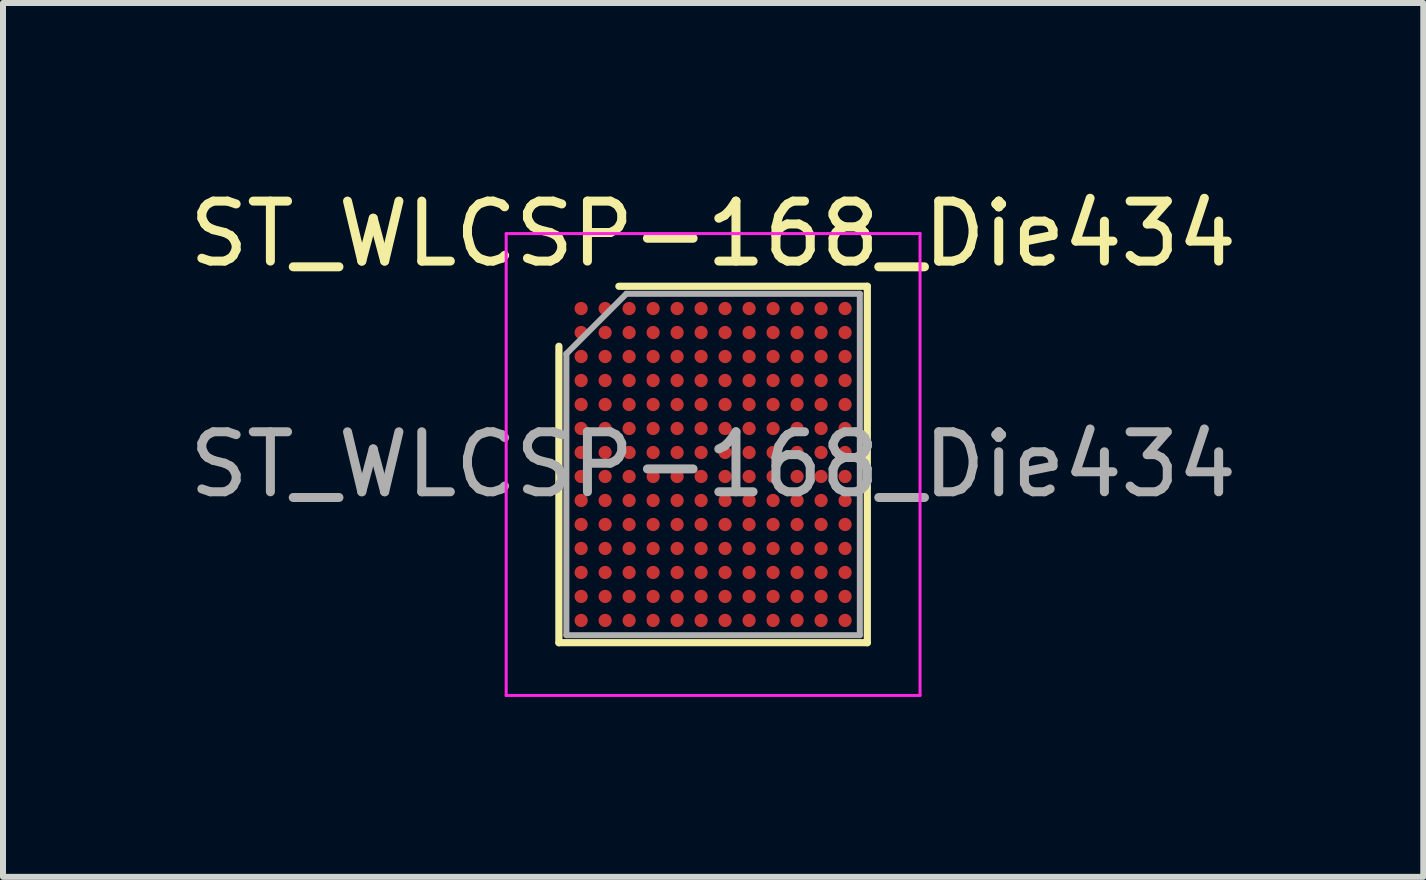
<source format=kicad_pcb>
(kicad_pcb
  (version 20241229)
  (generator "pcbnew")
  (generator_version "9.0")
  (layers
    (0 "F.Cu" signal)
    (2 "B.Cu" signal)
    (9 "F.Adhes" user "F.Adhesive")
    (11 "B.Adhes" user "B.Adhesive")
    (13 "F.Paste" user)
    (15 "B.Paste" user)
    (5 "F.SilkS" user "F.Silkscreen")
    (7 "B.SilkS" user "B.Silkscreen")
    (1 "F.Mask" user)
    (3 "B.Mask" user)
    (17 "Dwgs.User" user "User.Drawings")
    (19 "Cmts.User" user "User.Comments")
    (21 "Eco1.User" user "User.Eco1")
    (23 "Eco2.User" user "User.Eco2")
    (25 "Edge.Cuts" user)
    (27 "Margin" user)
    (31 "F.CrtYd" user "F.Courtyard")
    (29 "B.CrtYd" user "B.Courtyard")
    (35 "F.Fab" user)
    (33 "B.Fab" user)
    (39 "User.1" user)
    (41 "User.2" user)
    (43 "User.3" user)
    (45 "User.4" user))
  (footprint "ST_WLCSP-168_Die434"
    (layer "F.Cu")
    (at 8.839 4.694)
    (property "Reference" "ST_WLCSP-168_Die434" (at 0 -3.846 0) (layer "F.SilkS") (effects (font (size 1 1) (thickness 0.15))))
    (attr smd)
    (fp_line (start -2.571 2.971) (end -2.571 -1.971) (stroke (width 0.12) (type solid)) (layer "F.SilkS"))
    (fp_line (start -1.571 -2.971) (end 2.571 -2.971) (stroke (width 0.12) (type solid)) (layer "F.SilkS"))
    (fp_line (start 2.571 -2.971) (end 2.571 2.971) (stroke (width 0.12) (type solid)) (layer "F.SilkS"))
    (fp_line (start 2.571 2.971) (end -2.571 2.971) (stroke (width 0.12) (type solid)) (layer "F.SilkS"))
    (fp_line (start -3.45 -3.85) (end -3.45 3.85) (stroke (width 0.05) (type solid)) (layer "F.CrtYd"))
    (fp_line (start -3.45 3.85) (end 3.45 3.85) (stroke (width 0.05) (type solid)) (layer "F.CrtYd"))
    (fp_line (start 3.45 -3.85) (end -3.45 -3.85) (stroke (width 0.05) (type solid)) (layer "F.CrtYd"))
    (fp_line (start 3.45 3.85) (end 3.45 -3.85) (stroke (width 0.05) (type solid)) (layer "F.CrtYd"))
    (fp_line (start -2.446 -1.846) (end -1.446 -2.846) (stroke (width 0.1) (type solid)) (layer "F.Fab"))
    (fp_line (start -2.446 2.846) (end -2.446 -1.846) (stroke (width 0.1) (type solid)) (layer "F.Fab"))
    (fp_line (start -1.446 -2.846) (end 2.446 -2.846) (stroke (width 0.1) (type solid)) (layer "F.Fab"))
    (fp_line (start 2.446 -2.846) (end 2.446 2.846) (stroke (width 0.1) (type solid)) (layer "F.Fab"))
    (fp_line (start 2.446 2.846) (end -2.446 2.846) (stroke (width 0.1) (type solid)) (layer "F.Fab"))
    (fp_text user "${REFERENCE}" (at 0 0 0) (layer "F.Fab") (effects (font (size 1 1) (thickness 0.15))))
    (pad "A1" smd circle (at -2.2 -2.6) (size 0.22 0.22) (layers "F.Cu" "F.Mask" "F.Paste"))
    (pad "A2" smd circle (at -1.8 -2.6) (size 0.22 0.22) (layers "F.Cu" "F.Mask" "F.Paste"))
    (pad "A3" smd circle (at -1.4 -2.6) (size 0.22 0.22) (layers "F.Cu" "F.Mask" "F.Paste"))
    (pad "A4" smd circle (at -1 -2.6) (size 0.22 0.22) (layers "F.Cu" "F.Mask" "F.Paste"))
    (pad "A5" smd circle (at -0.6 -2.6) (size 0.22 0.22) (layers "F.Cu" "F.Mask" "F.Paste"))
    (pad "A6" smd circle (at -0.2 -2.6) (size 0.22 0.22) (layers "F.Cu" "F.Mask" "F.Paste"))
    (pad "A7" smd circle (at 0.2 -2.6) (size 0.22 0.22) (layers "F.Cu" "F.Mask" "F.Paste"))
    (pad "A8" smd circle (at 0.6 -2.6) (size 0.22 0.22) (layers "F.Cu" "F.Mask" "F.Paste"))
    (pad "A9" smd circle (at 1 -2.6) (size 0.22 0.22) (layers "F.Cu" "F.Mask" "F.Paste"))
    (pad "A10" smd circle (at 1.4 -2.6) (size 0.22 0.22) (layers "F.Cu" "F.Mask" "F.Paste"))
    (pad "A11" smd circle (at 1.8 -2.6) (size 0.22 0.22) (layers "F.Cu" "F.Mask" "F.Paste"))
    (pad "A12" smd circle (at 2.2 -2.6) (size 0.22 0.22) (layers "F.Cu" "F.Mask" "F.Paste"))
    (pad "B1" smd circle (at -2.2 -2.2) (size 0.22 0.22) (layers "F.Cu" "F.Mask" "F.Paste"))
    (pad "B2" smd circle (at -1.8 -2.2) (size 0.22 0.22) (layers "F.Cu" "F.Mask" "F.Paste"))
    (pad "B3" smd circle (at -1.4 -2.2) (size 0.22 0.22) (layers "F.Cu" "F.Mask" "F.Paste"))
    (pad "B4" smd circle (at -1 -2.2) (size 0.22 0.22) (layers "F.Cu" "F.Mask" "F.Paste"))
    (pad "B5" smd circle (at -0.6 -2.2) (size 0.22 0.22) (layers "F.Cu" "F.Mask" "F.Paste"))
    (pad "B6" smd circle (at -0.2 -2.2) (size 0.22 0.22) (layers "F.Cu" "F.Mask" "F.Paste"))
    (pad "B7" smd circle (at 0.2 -2.2) (size 0.22 0.22) (layers "F.Cu" "F.Mask" "F.Paste"))
    (pad "B8" smd circle (at 0.6 -2.2) (size 0.22 0.22) (layers "F.Cu" "F.Mask" "F.Paste"))
    (pad "B9" smd circle (at 1 -2.2) (size 0.22 0.22) (layers "F.Cu" "F.Mask" "F.Paste"))
    (pad "B10" smd circle (at 1.4 -2.2) (size 0.22 0.22) (layers "F.Cu" "F.Mask" "F.Paste"))
    (pad "B11" smd circle (at 1.8 -2.2) (size 0.22 0.22) (layers "F.Cu" "F.Mask" "F.Paste"))
    (pad "B12" smd circle (at 2.2 -2.2) (size 0.22 0.22) (layers "F.Cu" "F.Mask" "F.Paste"))
    (pad "C1" smd circle (at -2.2 -1.8) (size 0.22 0.22) (layers "F.Cu" "F.Mask" "F.Paste"))
    (pad "C2" smd circle (at -1.8 -1.8) (size 0.22 0.22) (layers "F.Cu" "F.Mask" "F.Paste"))
    (pad "C3" smd circle (at -1.4 -1.8) (size 0.22 0.22) (layers "F.Cu" "F.Mask" "F.Paste"))
    (pad "C4" smd circle (at -1 -1.8) (size 0.22 0.22) (layers "F.Cu" "F.Mask" "F.Paste"))
    (pad "C5" smd circle (at -0.6 -1.8) (size 0.22 0.22) (layers "F.Cu" "F.Mask" "F.Paste"))
    (pad "C6" smd circle (at -0.2 -1.8) (size 0.22 0.22) (layers "F.Cu" "F.Mask" "F.Paste"))
    (pad "C7" smd circle (at 0.2 -1.8) (size 0.22 0.22) (layers "F.Cu" "F.Mask" "F.Paste"))
    (pad "C8" smd circle (at 0.6 -1.8) (size 0.22 0.22) (layers "F.Cu" "F.Mask" "F.Paste"))
    (pad "C9" smd circle (at 1 -1.8) (size 0.22 0.22) (layers "F.Cu" "F.Mask" "F.Paste"))
    (pad "C10" smd circle (at 1.4 -1.8) (size 0.22 0.22) (layers "F.Cu" "F.Mask" "F.Paste"))
    (pad "C11" smd circle (at 1.8 -1.8) (size 0.22 0.22) (layers "F.Cu" "F.Mask" "F.Paste"))
    (pad "C12" smd circle (at 2.2 -1.8) (size 0.22 0.22) (layers "F.Cu" "F.Mask" "F.Paste"))
    (pad "D1" smd circle (at -2.2 -1.4) (size 0.22 0.22) (layers "F.Cu" "F.Mask" "F.Paste"))
    (pad "D2" smd circle (at -1.8 -1.4) (size 0.22 0.22) (layers "F.Cu" "F.Mask" "F.Paste"))
    (pad "D3" smd circle (at -1.4 -1.4) (size 0.22 0.22) (layers "F.Cu" "F.Mask" "F.Paste"))
    (pad "D4" smd circle (at -1 -1.4) (size 0.22 0.22) (layers "F.Cu" "F.Mask" "F.Paste"))
    (pad "D5" smd circle (at -0.6 -1.4) (size 0.22 0.22) (layers "F.Cu" "F.Mask" "F.Paste"))
    (pad "D6" smd circle (at -0.2 -1.4) (size 0.22 0.22) (layers "F.Cu" "F.Mask" "F.Paste"))
    (pad "D7" smd circle (at 0.2 -1.4) (size 0.22 0.22) (layers "F.Cu" "F.Mask" "F.Paste"))
    (pad "D8" smd circle (at 0.6 -1.4) (size 0.22 0.22) (layers "F.Cu" "F.Mask" "F.Paste"))
    (pad "D9" smd circle (at 1 -1.4) (size 0.22 0.22) (layers "F.Cu" "F.Mask" "F.Paste"))
    (pad "D10" smd circle (at 1.4 -1.4) (size 0.22 0.22) (layers "F.Cu" "F.Mask" "F.Paste"))
    (pad "D11" smd circle (at 1.8 -1.4) (size 0.22 0.22) (layers "F.Cu" "F.Mask" "F.Paste"))
    (pad "D12" smd circle (at 2.2 -1.4) (size 0.22 0.22) (layers "F.Cu" "F.Mask" "F.Paste"))
    (pad "E1" smd circle (at -2.2 -1) (size 0.22 0.22) (layers "F.Cu" "F.Mask" "F.Paste"))
    (pad "E2" smd circle (at -1.8 -1) (size 0.22 0.22) (layers "F.Cu" "F.Mask" "F.Paste"))
    (pad "E3" smd circle (at -1.4 -1) (size 0.22 0.22) (layers "F.Cu" "F.Mask" "F.Paste"))
    (pad "E4" smd circle (at -1 -1) (size 0.22 0.22) (layers "F.Cu" "F.Mask" "F.Paste"))
    (pad "E5" smd circle (at -0.6 -1) (size 0.22 0.22) (layers "F.Cu" "F.Mask" "F.Paste"))
    (pad "E6" smd circle (at -0.2 -1) (size 0.22 0.22) (layers "F.Cu" "F.Mask" "F.Paste"))
    (pad "E7" smd circle (at 0.2 -1) (size 0.22 0.22) (layers "F.Cu" "F.Mask" "F.Paste"))
    (pad "E8" smd circle (at 0.6 -1) (size 0.22 0.22) (layers "F.Cu" "F.Mask" "F.Paste"))
    (pad "E9" smd circle (at 1 -1) (size 0.22 0.22) (layers "F.Cu" "F.Mask" "F.Paste"))
    (pad "E10" smd circle (at 1.4 -1) (size 0.22 0.22) (layers "F.Cu" "F.Mask" "F.Paste"))
    (pad "E11" smd circle (at 1.8 -1) (size 0.22 0.22) (layers "F.Cu" "F.Mask" "F.Paste"))
    (pad "E12" smd circle (at 2.2 -1) (size 0.22 0.22) (layers "F.Cu" "F.Mask" "F.Paste"))
    (pad "F1" smd circle (at -2.2 -0.6) (size 0.22 0.22) (layers "F.Cu" "F.Mask" "F.Paste"))
    (pad "F2" smd circle (at -1.8 -0.6) (size 0.22 0.22) (layers "F.Cu" "F.Mask" "F.Paste"))
    (pad "F3" smd circle (at -1.4 -0.6) (size 0.22 0.22) (layers "F.Cu" "F.Mask" "F.Paste"))
    (pad "F4" smd circle (at -1 -0.6) (size 0.22 0.22) (layers "F.Cu" "F.Mask" "F.Paste"))
    (pad "F5" smd circle (at -0.6 -0.6) (size 0.22 0.22) (layers "F.Cu" "F.Mask" "F.Paste"))
    (pad "F6" smd circle (at -0.2 -0.6) (size 0.22 0.22) (layers "F.Cu" "F.Mask" "F.Paste"))
    (pad "F7" smd circle (at 0.2 -0.6) (size 0.22 0.22) (layers "F.Cu" "F.Mask" "F.Paste"))
    (pad "F8" smd circle (at 0.6 -0.6) (size 0.22 0.22) (layers "F.Cu" "F.Mask" "F.Paste"))
    (pad "F9" smd circle (at 1 -0.6) (size 0.22 0.22) (layers "F.Cu" "F.Mask" "F.Paste"))
    (pad "F10" smd circle (at 1.4 -0.6) (size 0.22 0.22) (layers "F.Cu" "F.Mask" "F.Paste"))
    (pad "F11" smd circle (at 1.8 -0.6) (size 0.22 0.22) (layers "F.Cu" "F.Mask" "F.Paste"))
    (pad "F12" smd circle (at 2.2 -0.6) (size 0.22 0.22) (layers "F.Cu" "F.Mask" "F.Paste"))
    (pad "G1" smd circle (at -2.2 -0.2) (size 0.22 0.22) (layers "F.Cu" "F.Mask" "F.Paste"))
    (pad "G2" smd circle (at -1.8 -0.2) (size 0.22 0.22) (layers "F.Cu" "F.Mask" "F.Paste"))
    (pad "G3" smd circle (at -1.4 -0.2) (size 0.22 0.22) (layers "F.Cu" "F.Mask" "F.Paste"))
    (pad "G4" smd circle (at -1 -0.2) (size 0.22 0.22) (layers "F.Cu" "F.Mask" "F.Paste"))
    (pad "G5" smd circle (at -0.6 -0.2) (size 0.22 0.22) (layers "F.Cu" "F.Mask" "F.Paste"))
    (pad "G6" smd circle (at -0.2 -0.2) (size 0.22 0.22) (layers "F.Cu" "F.Mask" "F.Paste"))
    (pad "G7" smd circle (at 0.2 -0.2) (size 0.22 0.22) (layers "F.Cu" "F.Mask" "F.Paste"))
    (pad "G8" smd circle (at 0.6 -0.2) (size 0.22 0.22) (layers "F.Cu" "F.Mask" "F.Paste"))
    (pad "G9" smd circle (at 1 -0.2) (size 0.22 0.22) (layers "F.Cu" "F.Mask" "F.Paste"))
    (pad "G10" smd circle (at 1.4 -0.2) (size 0.22 0.22) (layers "F.Cu" "F.Mask" "F.Paste"))
    (pad "G11" smd circle (at 1.8 -0.2) (size 0.22 0.22) (layers "F.Cu" "F.Mask" "F.Paste"))
    (pad "G12" smd circle (at 2.2 -0.2) (size 0.22 0.22) (layers "F.Cu" "F.Mask" "F.Paste"))
    (pad "H1" smd circle (at -2.2 0.2) (size 0.22 0.22) (layers "F.Cu" "F.Mask" "F.Paste"))
    (pad "H2" smd circle (at -1.8 0.2) (size 0.22 0.22) (layers "F.Cu" "F.Mask" "F.Paste"))
    (pad "H3" smd circle (at -1.4 0.2) (size 0.22 0.22) (layers "F.Cu" "F.Mask" "F.Paste"))
    (pad "H4" smd circle (at -1 0.2) (size 0.22 0.22) (layers "F.Cu" "F.Mask" "F.Paste"))
    (pad "H5" smd circle (at -0.6 0.2) (size 0.22 0.22) (layers "F.Cu" "F.Mask" "F.Paste"))
    (pad "H6" smd circle (at -0.2 0.2) (size 0.22 0.22) (layers "F.Cu" "F.Mask" "F.Paste"))
    (pad "H7" smd circle (at 0.2 0.2) (size 0.22 0.22) (layers "F.Cu" "F.Mask" "F.Paste"))
    (pad "H8" smd circle (at 0.6 0.2) (size 0.22 0.22) (layers "F.Cu" "F.Mask" "F.Paste"))
    (pad "H9" smd circle (at 1 0.2) (size 0.22 0.22) (layers "F.Cu" "F.Mask" "F.Paste"))
    (pad "H10" smd circle (at 1.4 0.2) (size 0.22 0.22) (layers "F.Cu" "F.Mask" "F.Paste"))
    (pad "H11" smd circle (at 1.8 0.2) (size 0.22 0.22) (layers "F.Cu" "F.Mask" "F.Paste"))
    (pad "H12" smd circle (at 2.2 0.2) (size 0.22 0.22) (layers "F.Cu" "F.Mask" "F.Paste"))
    (pad "J1" smd circle (at -2.2 0.6) (size 0.22 0.22) (layers "F.Cu" "F.Mask" "F.Paste"))
    (pad "J2" smd circle (at -1.8 0.6) (size 0.22 0.22) (layers "F.Cu" "F.Mask" "F.Paste"))
    (pad "J3" smd circle (at -1.4 0.6) (size 0.22 0.22) (layers "F.Cu" "F.Mask" "F.Paste"))
    (pad "J4" smd circle (at -1 0.6) (size 0.22 0.22) (layers "F.Cu" "F.Mask" "F.Paste"))
    (pad "J5" smd circle (at -0.6 0.6) (size 0.22 0.22) (layers "F.Cu" "F.Mask" "F.Paste"))
    (pad "J6" smd circle (at -0.2 0.6) (size 0.22 0.22) (layers "F.Cu" "F.Mask" "F.Paste"))
    (pad "J7" smd circle (at 0.2 0.6) (size 0.22 0.22) (layers "F.Cu" "F.Mask" "F.Paste"))
    (pad "J8" smd circle (at 0.6 0.6) (size 0.22 0.22) (layers "F.Cu" "F.Mask" "F.Paste"))
    (pad "J9" smd circle (at 1 0.6) (size 0.22 0.22) (layers "F.Cu" "F.Mask" "F.Paste"))
    (pad "J10" smd circle (at 1.4 0.6) (size 0.22 0.22) (layers "F.Cu" "F.Mask" "F.Paste"))
    (pad "J11" smd circle (at 1.8 0.6) (size 0.22 0.22) (layers "F.Cu" "F.Mask" "F.Paste"))
    (pad "J12" smd circle (at 2.2 0.6) (size 0.22 0.22) (layers "F.Cu" "F.Mask" "F.Paste"))
    (pad "K1" smd circle (at -2.2 1) (size 0.22 0.22) (layers "F.Cu" "F.Mask" "F.Paste"))
    (pad "K2" smd circle (at -1.8 1) (size 0.22 0.22) (layers "F.Cu" "F.Mask" "F.Paste"))
    (pad "K3" smd circle (at -1.4 1) (size 0.22 0.22) (layers "F.Cu" "F.Mask" "F.Paste"))
    (pad "K4" smd circle (at -1 1) (size 0.22 0.22) (layers "F.Cu" "F.Mask" "F.Paste"))
    (pad "K5" smd circle (at -0.6 1) (size 0.22 0.22) (layers "F.Cu" "F.Mask" "F.Paste"))
    (pad "K6" smd circle (at -0.2 1) (size 0.22 0.22) (layers "F.Cu" "F.Mask" "F.Paste"))
    (pad "K7" smd circle (at 0.2 1) (size 0.22 0.22) (layers "F.Cu" "F.Mask" "F.Paste"))
    (pad "K8" smd circle (at 0.6 1) (size 0.22 0.22) (layers "F.Cu" "F.Mask" "F.Paste"))
    (pad "K9" smd circle (at 1 1) (size 0.22 0.22) (layers "F.Cu" "F.Mask" "F.Paste"))
    (pad "K10" smd circle (at 1.4 1) (size 0.22 0.22) (layers "F.Cu" "F.Mask" "F.Paste"))
    (pad "K11" smd circle (at 1.8 1) (size 0.22 0.22) (layers "F.Cu" "F.Mask" "F.Paste"))
    (pad "K12" smd circle (at 2.2 1) (size 0.22 0.22) (layers "F.Cu" "F.Mask" "F.Paste"))
    (pad "L1" smd circle (at -2.2 1.4) (size 0.22 0.22) (layers "F.Cu" "F.Mask" "F.Paste"))
    (pad "L2" smd circle (at -1.8 1.4) (size 0.22 0.22) (layers "F.Cu" "F.Mask" "F.Paste"))
    (pad "L3" smd circle (at -1.4 1.4) (size 0.22 0.22) (layers "F.Cu" "F.Mask" "F.Paste"))
    (pad "L4" smd circle (at -1 1.4) (size 0.22 0.22) (layers "F.Cu" "F.Mask" "F.Paste"))
    (pad "L5" smd circle (at -0.6 1.4) (size 0.22 0.22) (layers "F.Cu" "F.Mask" "F.Paste"))
    (pad "L6" smd circle (at -0.2 1.4) (size 0.22 0.22) (layers "F.Cu" "F.Mask" "F.Paste"))
    (pad "L7" smd circle (at 0.2 1.4) (size 0.22 0.22) (layers "F.Cu" "F.Mask" "F.Paste"))
    (pad "L8" smd circle (at 0.6 1.4) (size 0.22 0.22) (layers "F.Cu" "F.Mask" "F.Paste"))
    (pad "L9" smd circle (at 1 1.4) (size 0.22 0.22) (layers "F.Cu" "F.Mask" "F.Paste"))
    (pad "L10" smd circle (at 1.4 1.4) (size 0.22 0.22) (layers "F.Cu" "F.Mask" "F.Paste"))
    (pad "L11" smd circle (at 1.8 1.4) (size 0.22 0.22) (layers "F.Cu" "F.Mask" "F.Paste"))
    (pad "L12" smd circle (at 2.2 1.4) (size 0.22 0.22) (layers "F.Cu" "F.Mask" "F.Paste"))
    (pad "M1" smd circle (at -2.2 1.8) (size 0.22 0.22) (layers "F.Cu" "F.Mask" "F.Paste"))
    (pad "M2" smd circle (at -1.8 1.8) (size 0.22 0.22) (layers "F.Cu" "F.Mask" "F.Paste"))
    (pad "M3" smd circle (at -1.4 1.8) (size 0.22 0.22) (layers "F.Cu" "F.Mask" "F.Paste"))
    (pad "M4" smd circle (at -1 1.8) (size 0.22 0.22) (layers "F.Cu" "F.Mask" "F.Paste"))
    (pad "M5" smd circle (at -0.6 1.8) (size 0.22 0.22) (layers "F.Cu" "F.Mask" "F.Paste"))
    (pad "M6" smd circle (at -0.2 1.8) (size 0.22 0.22) (layers "F.Cu" "F.Mask" "F.Paste"))
    (pad "M7" smd circle (at 0.2 1.8) (size 0.22 0.22) (layers "F.Cu" "F.Mask" "F.Paste"))
    (pad "M8" smd circle (at 0.6 1.8) (size 0.22 0.22) (layers "F.Cu" "F.Mask" "F.Paste"))
    (pad "M9" smd circle (at 1 1.8) (size 0.22 0.22) (layers "F.Cu" "F.Mask" "F.Paste"))
    (pad "M10" smd circle (at 1.4 1.8) (size 0.22 0.22) (layers "F.Cu" "F.Mask" "F.Paste"))
    (pad "M11" smd circle (at 1.8 1.8) (size 0.22 0.22) (layers "F.Cu" "F.Mask" "F.Paste"))
    (pad "M12" smd circle (at 2.2 1.8) (size 0.22 0.22) (layers "F.Cu" "F.Mask" "F.Paste"))
    (pad "N1" smd circle (at -2.2 2.2) (size 0.22 0.22) (layers "F.Cu" "F.Mask" "F.Paste"))
    (pad "N2" smd circle (at -1.8 2.2) (size 0.22 0.22) (layers "F.Cu" "F.Mask" "F.Paste"))
    (pad "N3" smd circle (at -1.4 2.2) (size 0.22 0.22) (layers "F.Cu" "F.Mask" "F.Paste"))
    (pad "N4" smd circle (at -1 2.2) (size 0.22 0.22) (layers "F.Cu" "F.Mask" "F.Paste"))
    (pad "N5" smd circle (at -0.6 2.2) (size 0.22 0.22) (layers "F.Cu" "F.Mask" "F.Paste"))
    (pad "N6" smd circle (at -0.2 2.2) (size 0.22 0.22) (layers "F.Cu" "F.Mask" "F.Paste"))
    (pad "N7" smd circle (at 0.2 2.2) (size 0.22 0.22) (layers "F.Cu" "F.Mask" "F.Paste"))
    (pad "N8" smd circle (at 0.6 2.2) (size 0.22 0.22) (layers "F.Cu" "F.Mask" "F.Paste"))
    (pad "N9" smd circle (at 1 2.2) (size 0.22 0.22) (layers "F.Cu" "F.Mask" "F.Paste"))
    (pad "N10" smd circle (at 1.4 2.2) (size 0.22 0.22) (layers "F.Cu" "F.Mask" "F.Paste"))
    (pad "N11" smd circle (at 1.8 2.2) (size 0.22 0.22) (layers "F.Cu" "F.Mask" "F.Paste"))
    (pad "N12" smd circle (at 2.2 2.2) (size 0.22 0.22) (layers "F.Cu" "F.Mask" "F.Paste"))
    (pad "P1" smd circle (at -2.2 2.6) (size 0.22 0.22) (layers "F.Cu" "F.Mask" "F.Paste"))
    (pad "P2" smd circle (at -1.8 2.6) (size 0.22 0.22) (layers "F.Cu" "F.Mask" "F.Paste"))
    (pad "P3" smd circle (at -1.4 2.6) (size 0.22 0.22) (layers "F.Cu" "F.Mask" "F.Paste"))
    (pad "P4" smd circle (at -1 2.6) (size 0.22 0.22) (layers "F.Cu" "F.Mask" "F.Paste"))
    (pad "P5" smd circle (at -0.6 2.6) (size 0.22 0.22) (layers "F.Cu" "F.Mask" "F.Paste"))
    (pad "P6" smd circle (at -0.2 2.6) (size 0.22 0.22) (layers "F.Cu" "F.Mask" "F.Paste"))
    (pad "P7" smd circle (at 0.2 2.6) (size 0.22 0.22) (layers "F.Cu" "F.Mask" "F.Paste"))
    (pad "P8" smd circle (at 0.6 2.6) (size 0.22 0.22) (layers "F.Cu" "F.Mask" "F.Paste"))
    (pad "P9" smd circle (at 1 2.6) (size 0.22 0.22) (layers "F.Cu" "F.Mask" "F.Paste"))
    (pad "P10" smd circle (at 1.4 2.6) (size 0.22 0.22) (layers "F.Cu" "F.Mask" "F.Paste"))
    (pad "P11" smd circle (at 1.8 2.6) (size 0.22 0.22) (layers "F.Cu" "F.Mask" "F.Paste"))
    (pad "P12" smd circle (at 2.2 2.6) (size 0.22 0.22) (layers "F.Cu" "F.Mask" "F.Paste")))
  (gr_rect
    (start -3 -3)
    (end 20.679 11.569)
    (stroke (width 0.1) (type default))
    (fill no)
    (layer "Edge.Cuts")))
</source>
